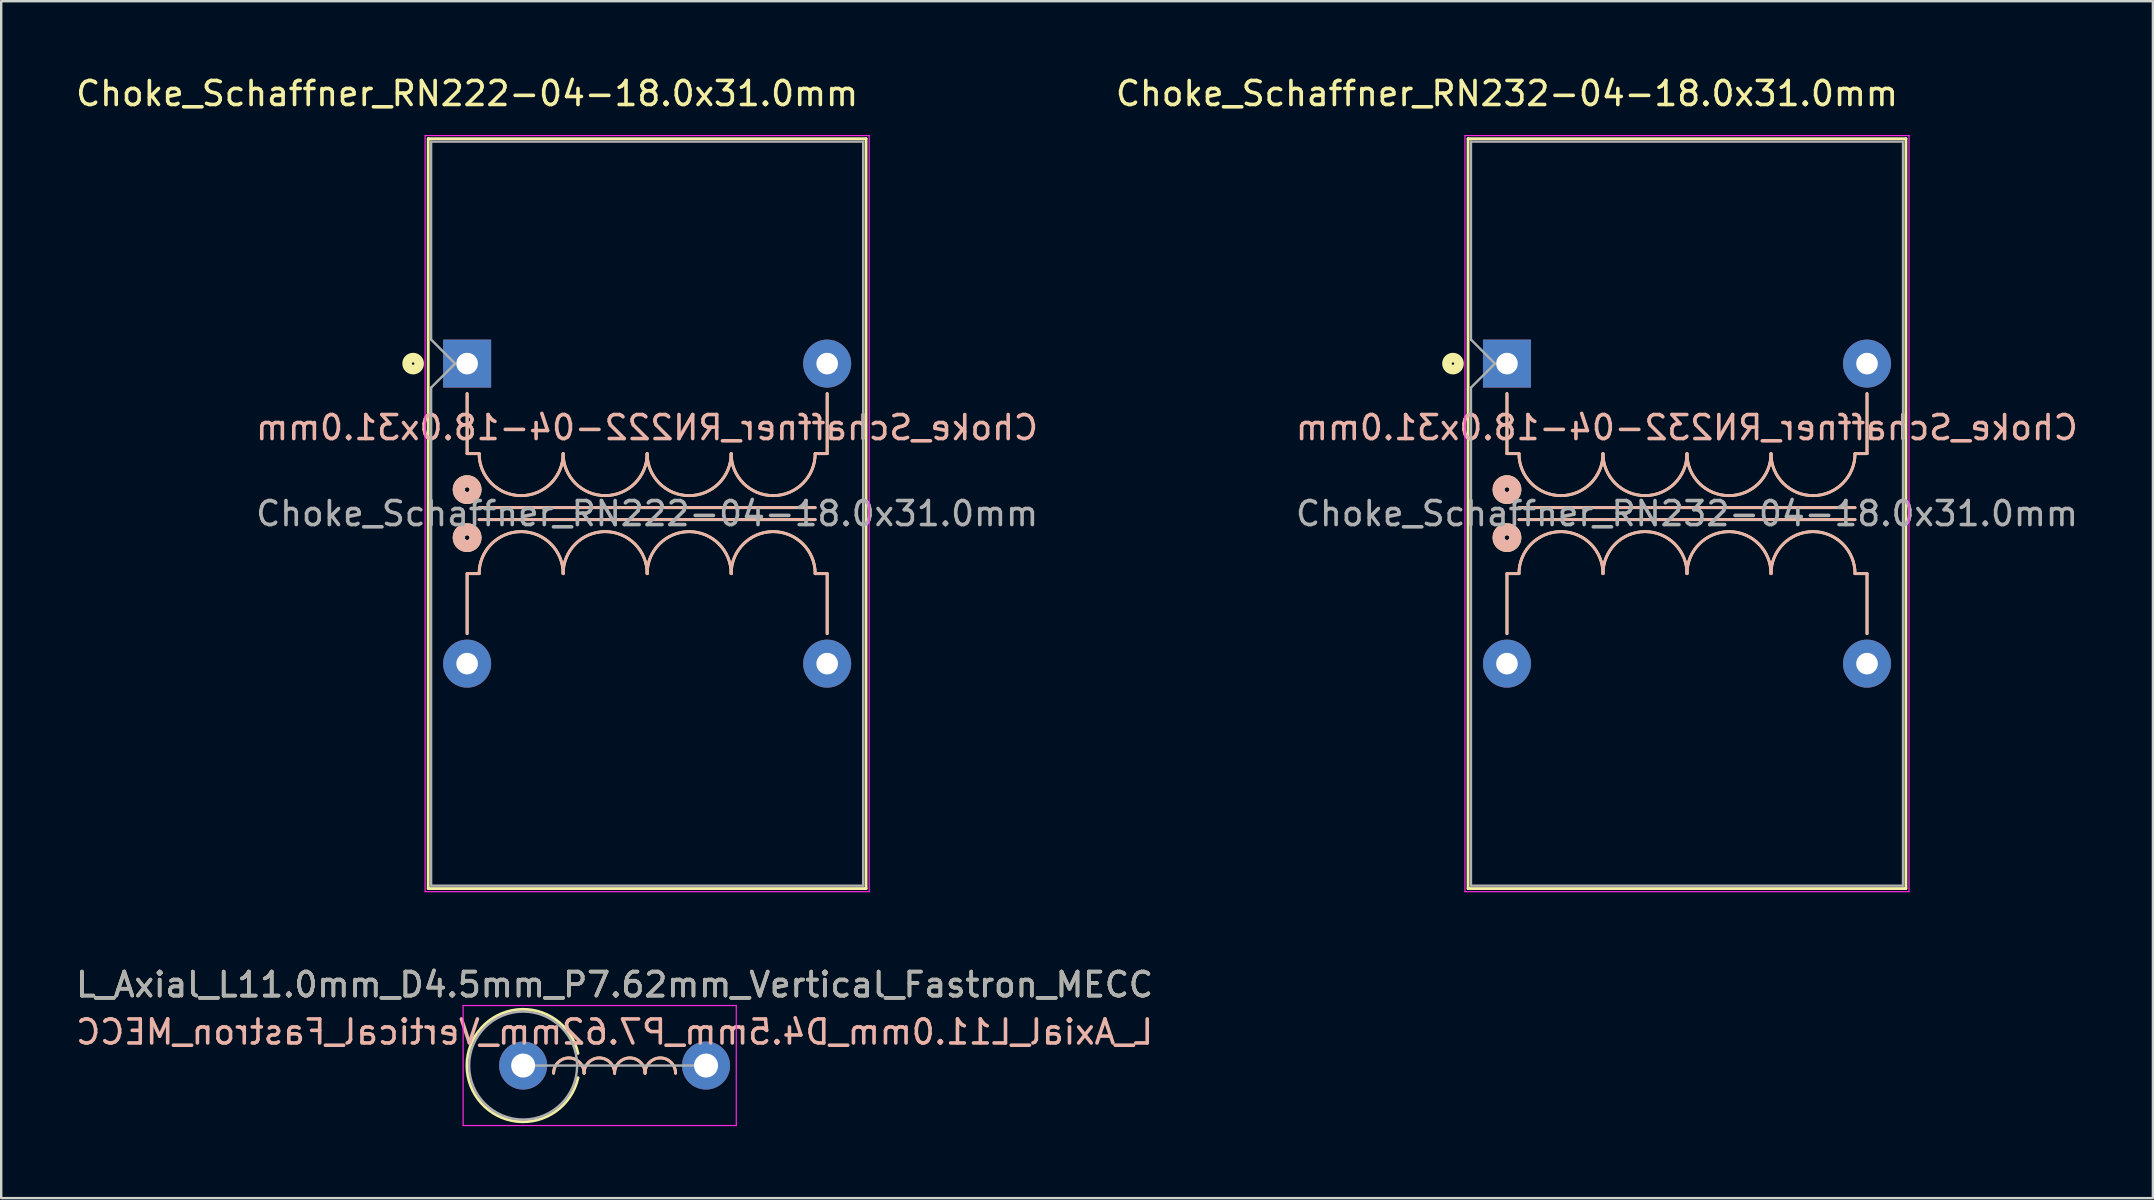
<source format=kicad_pcb>
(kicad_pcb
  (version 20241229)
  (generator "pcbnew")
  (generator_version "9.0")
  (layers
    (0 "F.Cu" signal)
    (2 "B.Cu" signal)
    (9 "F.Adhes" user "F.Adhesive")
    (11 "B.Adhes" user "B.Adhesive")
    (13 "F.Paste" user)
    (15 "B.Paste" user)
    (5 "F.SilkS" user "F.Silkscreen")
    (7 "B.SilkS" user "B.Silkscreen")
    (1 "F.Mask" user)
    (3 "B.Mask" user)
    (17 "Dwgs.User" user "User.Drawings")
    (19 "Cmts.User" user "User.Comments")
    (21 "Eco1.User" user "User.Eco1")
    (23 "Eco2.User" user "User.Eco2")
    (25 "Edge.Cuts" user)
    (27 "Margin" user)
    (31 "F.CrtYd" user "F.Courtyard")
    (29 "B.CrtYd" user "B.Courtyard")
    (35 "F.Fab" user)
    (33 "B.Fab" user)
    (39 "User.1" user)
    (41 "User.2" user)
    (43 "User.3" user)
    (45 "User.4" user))
  (footprint "Choke_Schaffner_RN222-04-18.0x31.0mm"
    (layer "F.Cu")
    (at 16.411 12.098)
    (property "Reference" "Choke_Schaffner_RN222-04-18.0x31.0mm" (at 0 -11.25 0) (layer "F.SilkS") (effects (font (size 1 1) (thickness 0.15))))
    (fp_line (start -1.62 -9.37) (end 16.62 -9.37) (stroke (width 0.12) (type solid)) (layer "F.SilkS"))
    (fp_line (start -1.62 21.87) (end -1.62 -9.37) (stroke (width 0.12) (type solid)) (layer "F.SilkS"))
    (fp_line (start 0 3.75) (end 0 1.25) (stroke (width 0.12) (type solid)) (layer "F.SilkS"))
    (fp_line (start 0 8.75) (end 0 11.25) (stroke (width 0.12) (type solid)) (layer "F.SilkS"))
    (fp_line (start 0.5 3.75) (end 0 3.75) (stroke (width 0.12) (type solid)) (layer "F.SilkS"))
    (fp_line (start 0.5 6.5) (end 14.5 6.5) (stroke (width 0.12) (type solid)) (layer "F.SilkS"))
    (fp_line (start 0.5 8.75) (end 0 8.75) (stroke (width 0.12) (type solid)) (layer "F.SilkS"))
    (fp_line (start 14.5 3.75) (end 15 3.75) (stroke (width 0.12) (type solid)) (layer "F.SilkS"))
    (fp_line (start 14.5 6) (end 0.5 6) (stroke (width 0.12) (type solid)) (layer "F.SilkS"))
    (fp_line (start 14.5 8.75) (end 15 8.75) (stroke (width 0.12) (type solid)) (layer "F.SilkS"))
    (fp_line (start 15 3.75) (end 15 1.25) (stroke (width 0.12) (type solid)) (layer "F.SilkS"))
    (fp_line (start 15 8.75) (end 15 11.25) (stroke (width 0.12) (type solid)) (layer "F.SilkS"))
    (fp_line (start 16.62 -9.37) (end 16.62 21.87) (stroke (width 0.12) (type solid)) (layer "F.SilkS"))
    (fp_line (start 16.62 21.87) (end -1.62 21.87) (stroke (width 0.12) (type solid)) (layer "F.SilkS"))
    (fp_arc (start 0.5 8.75) (mid 2.25 7) (end 4 8.75) (stroke (width 0.12) (type solid)) (layer "F.SilkS"))
    (fp_arc (start 4 3.75) (mid 2.25 5.5) (end 0.5 3.75) (stroke (width 0.12) (type solid)) (layer "F.SilkS"))
    (fp_arc (start 4 8.75) (mid 5.75 7) (end 7.5 8.75) (stroke (width 0.12) (type solid)) (layer "F.SilkS"))
    (fp_arc (start 7.5 3.75) (mid 5.75 5.5) (end 4 3.75) (stroke (width 0.12) (type solid)) (layer "F.SilkS"))
    (fp_arc (start 7.5 8.75) (mid 9.25 7) (end 11 8.75) (stroke (width 0.12) (type solid)) (layer "F.SilkS"))
    (fp_arc (start 11 3.75) (mid 9.25 5.5) (end 7.5 3.75) (stroke (width 0.12) (type solid)) (layer "F.SilkS"))
    (fp_arc (start 11 8.75) (mid 12.75 7) (end 14.5 8.75) (stroke (width 0.12) (type solid)) (layer "F.SilkS"))
    (fp_arc (start 14.5 3.75) (mid 12.75 5.5) (end 11 3.75) (stroke (width 0.12) (type solid)) (layer "F.SilkS"))
    (fp_circle (center -2.25 0) (end -2.2 0) (stroke (width 0.4) (type solid)) (fill no) (layer "F.SilkS"))
    (fp_circle (center 0 5.25) (end 0.1 5.25) (stroke (width 0.5) (type solid)) (fill no) (layer "F.SilkS"))
    (fp_circle (center 0 7.25) (end 0.1 7.25) (stroke (width 0.5) (type solid)) (fill no) (layer "F.SilkS"))
    (fp_line (start 0 3.75) (end 0 1.25) (stroke (width 0.12) (type solid)) (layer "B.SilkS"))
    (fp_line (start 0 8.75) (end 0 11.25) (stroke (width 0.12) (type solid)) (layer "B.SilkS"))
    (fp_line (start 0.5 3.75) (end 0 3.75) (stroke (width 0.12) (type solid)) (layer "B.SilkS"))
    (fp_line (start 0.5 6) (end 14.5 6) (stroke (width 0.12) (type solid)) (layer "B.SilkS"))
    (fp_line (start 0.5 8.75) (end 0 8.75) (stroke (width 0.12) (type solid)) (layer "B.SilkS"))
    (fp_line (start 14.5 3.75) (end 15 3.75) (stroke (width 0.12) (type solid)) (layer "B.SilkS"))
    (fp_line (start 14.5 6.5) (end 0.5 6.5) (stroke (width 0.12) (type solid)) (layer "B.SilkS"))
    (fp_line (start 14.5 8.75) (end 15 8.75) (stroke (width 0.12) (type solid)) (layer "B.SilkS"))
    (fp_line (start 15 3.75) (end 15 1.25) (stroke (width 0.12) (type solid)) (layer "B.SilkS"))
    (fp_line (start 15 8.75) (end 15 11.25) (stroke (width 0.12) (type solid)) (layer "B.SilkS"))
    (fp_arc (start 0.5 8.75) (mid 2.25 7) (end 4 8.75) (stroke (width 0.12) (type solid)) (layer "B.SilkS"))
    (fp_arc (start 4 3.75) (mid 2.25 5.5) (end 0.5 3.75) (stroke (width 0.12) (type solid)) (layer "B.SilkS"))
    (fp_arc (start 4 8.75) (mid 5.75 7) (end 7.5 8.75) (stroke (width 0.12) (type solid)) (layer "B.SilkS"))
    (fp_arc (start 7.5 3.75) (mid 5.75 5.5) (end 4 3.75) (stroke (width 0.12) (type solid)) (layer "B.SilkS"))
    (fp_arc (start 7.5 8.75) (mid 9.25 7) (end 11 8.75) (stroke (width 0.12) (type solid)) (layer "B.SilkS"))
    (fp_arc (start 11 3.75) (mid 9.25 5.5) (end 7.5 3.75) (stroke (width 0.12) (type solid)) (layer "B.SilkS"))
    (fp_arc (start 11 8.75) (mid 12.75 7) (end 14.5 8.75) (stroke (width 0.12) (type solid)) (layer "B.SilkS"))
    (fp_arc (start 14.5 3.75) (mid 12.75 5.5) (end 11 3.75) (stroke (width 0.12) (type solid)) (layer "B.SilkS"))
    (fp_circle (center 0 5.25) (end 0.1 5.25) (stroke (width 0.5) (type solid)) (fill no) (layer "B.SilkS"))
    (fp_circle (center 0 7.25) (end 0.1 7.25) (stroke (width 0.5) (type solid)) (fill no) (layer "B.SilkS"))
    (fp_line (start -1.75 -9.5) (end -1.75 22) (stroke (width 0.05) (type solid)) (layer "F.CrtYd"))
    (fp_line (start -1.75 22) (end 16.75 22) (stroke (width 0.05) (type solid)) (layer "F.CrtYd"))
    (fp_line (start 16.75 -9.5) (end -1.75 -9.5) (stroke (width 0.05) (type solid)) (layer "F.CrtYd"))
    (fp_line (start 16.75 22) (end 16.75 -9.5) (stroke (width 0.05) (type solid)) (layer "F.CrtYd"))
    (fp_line (start -1.5 -9.25) (end 16.5 -9.25) (stroke (width 0.1) (type solid)) (layer "F.Fab"))
    (fp_line (start -1.5 -1) (end -1.5 -9.25) (stroke (width 0.1) (type solid)) (layer "F.Fab"))
    (fp_line (start -1.5 1) (end -0.5 0) (stroke (width 0.1) (type solid)) (layer "F.Fab"))
    (fp_line (start -1.5 21.75) (end -1.5 1) (stroke (width 0.1) (type solid)) (layer "F.Fab"))
    (fp_line (start -0.5 0) (end -1.5 -1) (stroke (width 0.1) (type solid)) (layer "F.Fab"))
    (fp_line (start 16.5 -9.25) (end 16.5 21.75) (stroke (width 0.1) (type solid)) (layer "F.Fab"))
    (fp_line (start 16.5 21.75) (end -1.5 21.75) (stroke (width 0.1) (type solid)) (layer "F.Fab"))
    (fp_text user "${REFERENCE}" (at 7.493 2.667 0) (layer "B.SilkS") (effects (font (size 1 1) (thickness 0.15)) (justify mirror)))
    (fp_text user "${REFERENCE}" (at 7.5 6.25 0) (layer "F.Fab") (effects (font (size 1 1) (thickness 0.15))))
    (pad "1" thru_hole rect (at 0 0) (size 2 2) (drill 0.9) (layers "*.Cu" "*.Mask"))
    (pad "2" thru_hole circle (at 15 0) (size 2 2) (drill 0.9) (layers "*.Cu" "*.Mask"))
    (pad "3" thru_hole circle (at 0 12.5) (size 2 2) (drill 0.9) (layers "*.Cu" "*.Mask"))
    (pad "4" thru_hole circle (at 15 12.5) (size 2 2) (drill 0.9) (layers "*.Cu" "*.Mask")))
  (footprint "L_Axial_L11.0mm_D4.5mm_P7.62mm_Vertical_Fastron_MECC"
    (layer "F.Cu")
    (at 18.744 41.342)
    (property "Reference" "L_Axial_L11.0mm_D4.5mm_P7.62mm_Vertical_Fastron_MECC" (at 3.81 -3.37 0) (layer "F.SilkS") (effects (font (size 1 1) (thickness 0.15))))
    (fp_arc (start 1.27 0.3175) (mid 1.905 -0.3175) (end 2.54 0.3175) (stroke (width 0.12) (type solid)) (layer "F.SilkS"))
    (fp_arc (start 2.286 0.508) (mid -2.341764 0) (end 2.286 -0.508) (stroke (width 0.12) (type solid)) (layer "F.SilkS"))
    (fp_arc (start 2.54 0.3175) (mid 3.175 -0.3175) (end 3.81 0.3175) (stroke (width 0.12) (type solid)) (layer "F.SilkS"))
    (fp_arc (start 3.81 0.3175) (mid 4.445 -0.3175) (end 5.08 0.3175) (stroke (width 0.12) (type solid)) (layer "F.SilkS"))
    (fp_arc (start 5.08 0.3175) (mid 5.715 -0.3175) (end 6.35 0.3175) (stroke (width 0.12) (type solid)) (layer "F.SilkS"))
    (fp_arc (start 1.27 0.3175) (mid 1.905 -0.3175) (end 2.54 0.3175) (stroke (width 0.12) (type solid)) (layer "B.SilkS"))
    (fp_arc (start 2.54 0.3175) (mid 3.175 -0.3175) (end 3.81 0.3175) (stroke (width 0.12) (type solid)) (layer "B.SilkS"))
    (fp_arc (start 3.81 0.3175) (mid 4.445 -0.3175) (end 5.08 0.3175) (stroke (width 0.12) (type solid)) (layer "B.SilkS"))
    (fp_arc (start 5.08 0.3175) (mid 5.715 -0.3175) (end 6.35 0.3175) (stroke (width 0.12) (type solid)) (layer "B.SilkS"))
    (fp_line (start -2.5 -2.5) (end -2.5 2.5) (stroke (width 0.05) (type solid)) (layer "F.CrtYd"))
    (fp_line (start -2.5 2.5) (end 8.88 2.5) (stroke (width 0.05) (type solid)) (layer "F.CrtYd"))
    (fp_line (start 8.88 -2.5) (end -2.5 -2.5) (stroke (width 0.05) (type solid)) (layer "F.CrtYd"))
    (fp_line (start 8.88 2.5) (end 8.88 -2.5) (stroke (width 0.05) (type solid)) (layer "F.CrtYd"))
    (fp_line (start 0 0) (end 7.62 0) (stroke (width 0.1) (type solid)) (layer "F.Fab"))
    (fp_circle (center 0 0) (end 2.25 0) (stroke (width 0.1) (type solid)) (fill no) (layer "F.Fab"))
    (fp_text user "${REFERENCE}" (at 3.81 -1.397 0) (layer "B.SilkS") (effects (font (size 1 1) (thickness 0.15)) (justify mirror)))
    (fp_text user "${REFERENCE}" (at 3.81 -3.37 0) (layer "F.Fab") (effects (font (size 1 1) (thickness 0.15))))
    (pad "1" thru_hole circle (at 0 0) (size 2 2) (drill 1) (layers "*.Cu" "*.Mask"))
    (pad "2" thru_hole oval (at 7.62 0) (size 2 2) (drill 1) (layers "*.Cu" "*.Mask")))
  (footprint "Choke_Schaffner_RN232-04-18.0x31.0mm"
    (layer "F.Cu")
    (at 59.732 12.098)
    (property "Reference" "Choke_Schaffner_RN232-04-18.0x31.0mm" (at 0 -11.25 0) (layer "F.SilkS") (effects (font (size 1 1) (thickness 0.15))))
    (fp_line (start -1.62 -9.37) (end 16.62 -9.37) (stroke (width 0.12) (type solid)) (layer "F.SilkS"))
    (fp_line (start -1.62 21.87) (end -1.62 -9.37) (stroke (width 0.12) (type solid)) (layer "F.SilkS"))
    (fp_line (start 0 3.75) (end 0 1.25) (stroke (width 0.12) (type solid)) (layer "F.SilkS"))
    (fp_line (start 0 8.75) (end 0 11.25) (stroke (width 0.12) (type solid)) (layer "F.SilkS"))
    (fp_line (start 0.5 3.75) (end 0 3.75) (stroke (width 0.12) (type solid)) (layer "F.SilkS"))
    (fp_line (start 0.5 6.5) (end 14.5 6.5) (stroke (width 0.12) (type solid)) (layer "F.SilkS"))
    (fp_line (start 0.5 8.75) (end 0 8.75) (stroke (width 0.12) (type solid)) (layer "F.SilkS"))
    (fp_line (start 14.5 3.75) (end 15 3.75) (stroke (width 0.12) (type solid)) (layer "F.SilkS"))
    (fp_line (start 14.5 6) (end 0.5 6) (stroke (width 0.12) (type solid)) (layer "F.SilkS"))
    (fp_line (start 14.5 8.75) (end 15 8.75) (stroke (width 0.12) (type solid)) (layer "F.SilkS"))
    (fp_line (start 15 3.75) (end 15 1.25) (stroke (width 0.12) (type solid)) (layer "F.SilkS"))
    (fp_line (start 15 8.75) (end 15 11.25) (stroke (width 0.12) (type solid)) (layer "F.SilkS"))
    (fp_line (start 16.62 -9.37) (end 16.62 21.87) (stroke (width 0.12) (type solid)) (layer "F.SilkS"))
    (fp_line (start 16.62 21.87) (end -1.62 21.87) (stroke (width 0.12) (type solid)) (layer "F.SilkS"))
    (fp_arc (start 0.5 8.75) (mid 2.25 7) (end 4 8.75) (stroke (width 0.12) (type solid)) (layer "F.SilkS"))
    (fp_arc (start 4 3.75) (mid 2.25 5.5) (end 0.5 3.75) (stroke (width 0.12) (type solid)) (layer "F.SilkS"))
    (fp_arc (start 4 8.75) (mid 5.75 7) (end 7.5 8.75) (stroke (width 0.12) (type solid)) (layer "F.SilkS"))
    (fp_arc (start 7.5 3.75) (mid 5.75 5.5) (end 4 3.75) (stroke (width 0.12) (type solid)) (layer "F.SilkS"))
    (fp_arc (start 7.5 8.75) (mid 9.25 7) (end 11 8.75) (stroke (width 0.12) (type solid)) (layer "F.SilkS"))
    (fp_arc (start 11 3.75) (mid 9.25 5.5) (end 7.5 3.75) (stroke (width 0.12) (type solid)) (layer "F.SilkS"))
    (fp_arc (start 11 8.75) (mid 12.75 7) (end 14.5 8.75) (stroke (width 0.12) (type solid)) (layer "F.SilkS"))
    (fp_arc (start 14.5 3.75) (mid 12.75 5.5) (end 11 3.75) (stroke (width 0.12) (type solid)) (layer "F.SilkS"))
    (fp_circle (center -2.25 0) (end -2.2 0) (stroke (width 0.4) (type solid)) (fill no) (layer "F.SilkS"))
    (fp_circle (center 0 5.25) (end 0.1 5.25) (stroke (width 0.5) (type solid)) (fill no) (layer "F.SilkS"))
    (fp_circle (center 0 7.25) (end 0.1 7.25) (stroke (width 0.5) (type solid)) (fill no) (layer "F.SilkS"))
    (fp_line (start 0 3.75) (end 0 1.25) (stroke (width 0.12) (type solid)) (layer "B.SilkS"))
    (fp_line (start 0 8.75) (end 0 11.25) (stroke (width 0.12) (type solid)) (layer "B.SilkS"))
    (fp_line (start 0.5 3.75) (end 0 3.75) (stroke (width 0.12) (type solid)) (layer "B.SilkS"))
    (fp_line (start 0.5 6) (end 14.5 6) (stroke (width 0.12) (type solid)) (layer "B.SilkS"))
    (fp_line (start 0.5 8.75) (end 0 8.75) (stroke (width 0.12) (type solid)) (layer "B.SilkS"))
    (fp_line (start 14.5 3.75) (end 15 3.75) (stroke (width 0.12) (type solid)) (layer "B.SilkS"))
    (fp_line (start 14.5 6.5) (end 0.5 6.5) (stroke (width 0.12) (type solid)) (layer "B.SilkS"))
    (fp_line (start 14.5 8.75) (end 15 8.75) (stroke (width 0.12) (type solid)) (layer "B.SilkS"))
    (fp_line (start 15 3.75) (end 15 1.25) (stroke (width 0.12) (type solid)) (layer "B.SilkS"))
    (fp_line (start 15 8.75) (end 15 11.25) (stroke (width 0.12) (type solid)) (layer "B.SilkS"))
    (fp_arc (start 0.5 8.75) (mid 2.25 7) (end 4 8.75) (stroke (width 0.12) (type solid)) (layer "B.SilkS"))
    (fp_arc (start 4 3.75) (mid 2.25 5.5) (end 0.5 3.75) (stroke (width 0.12) (type solid)) (layer "B.SilkS"))
    (fp_arc (start 4 8.75) (mid 5.75 7) (end 7.5 8.75) (stroke (width 0.12) (type solid)) (layer "B.SilkS"))
    (fp_arc (start 7.5 3.75) (mid 5.75 5.5) (end 4 3.75) (stroke (width 0.12) (type solid)) (layer "B.SilkS"))
    (fp_arc (start 7.5 8.75) (mid 9.25 7) (end 11 8.75) (stroke (width 0.12) (type solid)) (layer "B.SilkS"))
    (fp_arc (start 11 3.75) (mid 9.25 5.5) (end 7.5 3.75) (stroke (width 0.12) (type solid)) (layer "B.SilkS"))
    (fp_arc (start 11 8.75) (mid 12.75 7) (end 14.5 8.75) (stroke (width 0.12) (type solid)) (layer "B.SilkS"))
    (fp_arc (start 14.5 3.75) (mid 12.75 5.5) (end 11 3.75) (stroke (width 0.12) (type solid)) (layer "B.SilkS"))
    (fp_circle (center 0 5.25) (end 0.1 5.25) (stroke (width 0.5) (type solid)) (fill no) (layer "B.SilkS"))
    (fp_circle (center 0 7.25) (end 0.1 7.25) (stroke (width 0.5) (type solid)) (fill no) (layer "B.SilkS"))
    (fp_line (start -1.75 -9.5) (end -1.75 22) (stroke (width 0.05) (type solid)) (layer "F.CrtYd"))
    (fp_line (start -1.75 22) (end 16.75 22) (stroke (width 0.05) (type solid)) (layer "F.CrtYd"))
    (fp_line (start 16.75 -9.5) (end -1.75 -9.5) (stroke (width 0.05) (type solid)) (layer "F.CrtYd"))
    (fp_line (start 16.75 22) (end 16.75 -9.5) (stroke (width 0.05) (type solid)) (layer "F.CrtYd"))
    (fp_line (start -1.5 -9.25) (end 16.5 -9.25) (stroke (width 0.1) (type solid)) (layer "F.Fab"))
    (fp_line (start -1.5 -1) (end -1.5 -9.25) (stroke (width 0.1) (type solid)) (layer "F.Fab"))
    (fp_line (start -1.5 1) (end -0.5 0) (stroke (width 0.1) (type solid)) (layer "F.Fab"))
    (fp_line (start -1.5 21.75) (end -1.5 1) (stroke (width 0.1) (type solid)) (layer "F.Fab"))
    (fp_line (start -0.5 0) (end -1.5 -1) (stroke (width 0.1) (type solid)) (layer "F.Fab"))
    (fp_line (start 16.5 -9.25) (end 16.5 21.75) (stroke (width 0.1) (type solid)) (layer "F.Fab"))
    (fp_line (start 16.5 21.75) (end -1.5 21.75) (stroke (width 0.1) (type solid)) (layer "F.Fab"))
    (fp_text user "${REFERENCE}" (at 7.493 2.667 0) (layer "B.SilkS") (effects (font (size 1 1) (thickness 0.15)) (justify mirror)))
    (fp_text user "${REFERENCE}" (at 7.5 6.25 0) (layer "F.Fab") (effects (font (size 1 1) (thickness 0.15))))
    (pad "1" thru_hole rect (at 0 0) (size 2 2) (drill 0.9) (layers "*.Cu" "*.Mask"))
    (pad "2" thru_hole circle (at 15 0) (size 2 2) (drill 0.9) (layers "*.Cu" "*.Mask"))
    (pad "3" thru_hole circle (at 0 12.5) (size 2 2) (drill 0.9) (layers "*.Cu" "*.Mask"))
    (pad "4" thru_hole circle (at 15 12.5) (size 2 2) (drill 0.9) (layers "*.Cu" "*.Mask")))
  (gr_rect
    (start -3 -3)
    (end 86.643 46.867)
    (stroke (width 0.1) (type default))
    (fill no)
    (layer "Edge.Cuts")))
</source>
